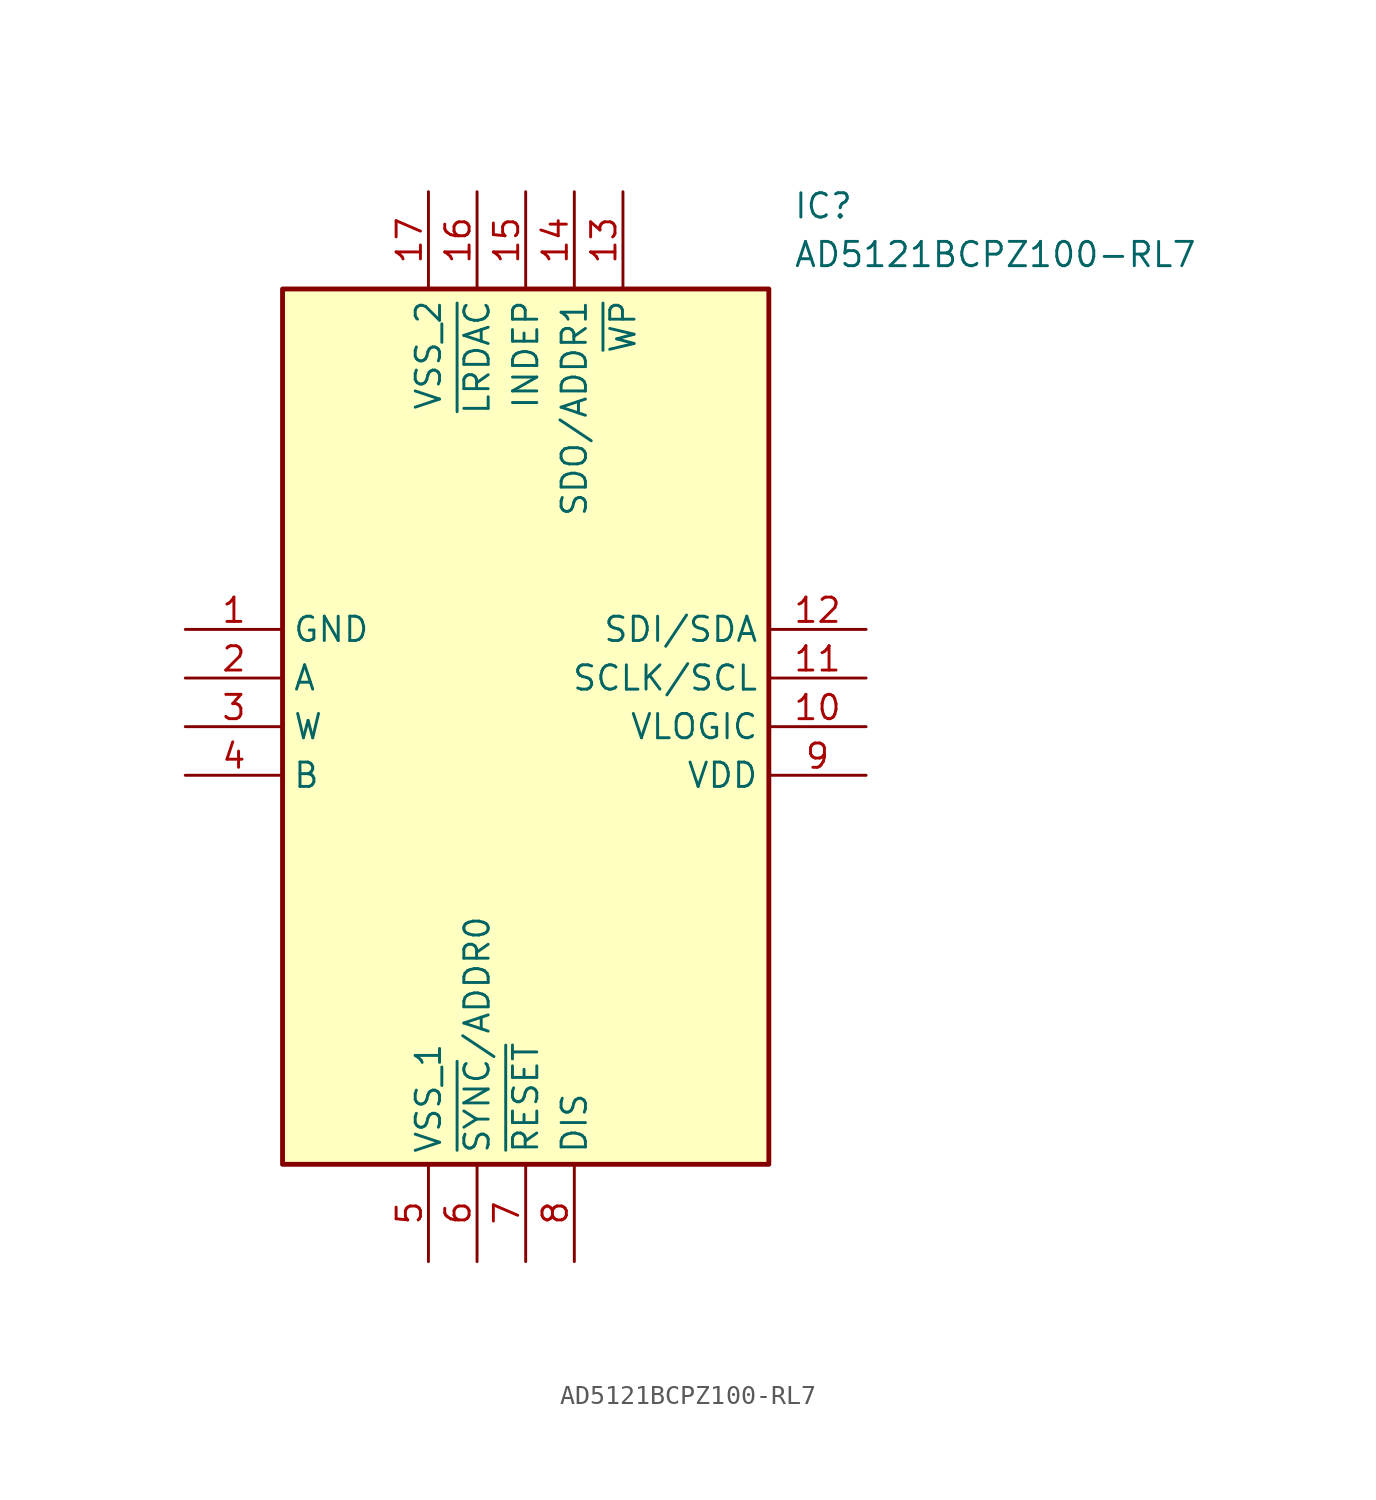
<source format=kicad_sym>
(kicad_symbol_lib
  (version 20211014)
  (generator SamacSys_ECAD_Model)
  (symbol "AD5121BCPZ100-RL7"
    (property "Reference" "IC"
      (at 31.75 22.86 0)
      (effects (font (size 1.27 1.27)) (justify left top)))
    (property "Value" "AD5121BCPZ100-RL7"
      (at 31.75 20.32 0)
      (effects (font (size 1.27 1.27)) (justify left top)))
    (rectangle
      (start 5.08 17.78)
      (end 30.48 -27.94)
      (stroke (width 0.254) (type default))
      (fill (type background)))
    (pin passive line
      (at 0 0 0)
      (length 5.08)
      (name "GND" (effects (font (size 1.27 1.27))))
      (number "1" (effects (font (size 1.27 1.27)))))
    (pin passive line
      (at 0 -2.54 0)
      (length 5.08)
      (name "A" (effects (font (size 1.27 1.27))))
      (number "2" (effects (font (size 1.27 1.27)))))
    (pin passive line
      (at 0 -5.08 0)
      (length 5.08)
      (name "W" (effects (font (size 1.27 1.27))))
      (number "3" (effects (font (size 1.27 1.27)))))
    (pin passive line
      (at 0 -7.62 0)
      (length 5.08)
      (name "B" (effects (font (size 1.27 1.27))))
      (number "4" (effects (font (size 1.27 1.27)))))
    (pin passive line
      (at 12.7 -33.02 90)
      (length 5.08)
      (name "VSS_1" (effects (font (size 1.27 1.27))))
      (number "5" (effects (font (size 1.27 1.27)))))
    (pin passive line
      (at 15.24 -33.02 90)
      (length 5.08)
      (name "~{SYNC}/ADDR0" (effects (font (size 1.27 1.27))))
      (number "6" (effects (font (size 1.27 1.27)))))
    (pin passive line
      (at 17.78 -33.02 90)
      (length 5.08)
      (name "~{RESET}" (effects (font (size 1.27 1.27))))
      (number "7" (effects (font (size 1.27 1.27)))))
    (pin passive line
      (at 20.32 -33.02 90)
      (length 5.08)
      (name "DIS" (effects (font (size 1.27 1.27))))
      (number "8" (effects (font (size 1.27 1.27)))))
    (pin passive line
      (at 35.56 0 180)
      (length 5.08)
      (name "SDI/SDA" (effects (font (size 1.27 1.27))))
      (number "12" (effects (font (size 1.27 1.27)))))
    (pin passive line
      (at 35.56 -2.54 180)
      (length 5.08)
      (name "SCLK/SCL" (effects (font (size 1.27 1.27))))
      (number "11" (effects (font (size 1.27 1.27)))))
    (pin passive line
      (at 35.56 -5.08 180)
      (length 5.08)
      (name "VLOGIC" (effects (font (size 1.27 1.27))))
      (number "10" (effects (font (size 1.27 1.27)))))
    (pin passive line
      (at 35.56 -7.62 180)
      (length 5.08)
      (name "VDD" (effects (font (size 1.27 1.27))))
      (number "9" (effects (font (size 1.27 1.27)))))
    (pin passive line
      (at 12.7 22.86 270)
      (length 5.08)
      (name "VSS_2" (effects (font (size 1.27 1.27))))
      (number "17" (effects (font (size 1.27 1.27)))))
    (pin passive line
      (at 15.24 22.86 270)
      (length 5.08)
      (name "~{LRDAC}" (effects (font (size 1.27 1.27))))
      (number "16" (effects (font (size 1.27 1.27)))))
    (pin passive line
      (at 17.78 22.86 270)
      (length 5.08)
      (name "INDEP" (effects (font (size 1.27 1.27))))
      (number "15" (effects (font (size 1.27 1.27)))))
    (pin passive line
      (at 20.32 22.86 270)
      (length 5.08)
      (name "SDO/ADDR1" (effects (font (size 1.27 1.27))))
      (number "14" (effects (font (size 1.27 1.27)))))
    (pin passive line
      (at 22.86 22.86 270)
      (length 5.08)
      (name "~{WP}" (effects (font (size 1.27 1.27))))
      (number "13" (effects (font (size 1.27 1.27)))))))
</source>
